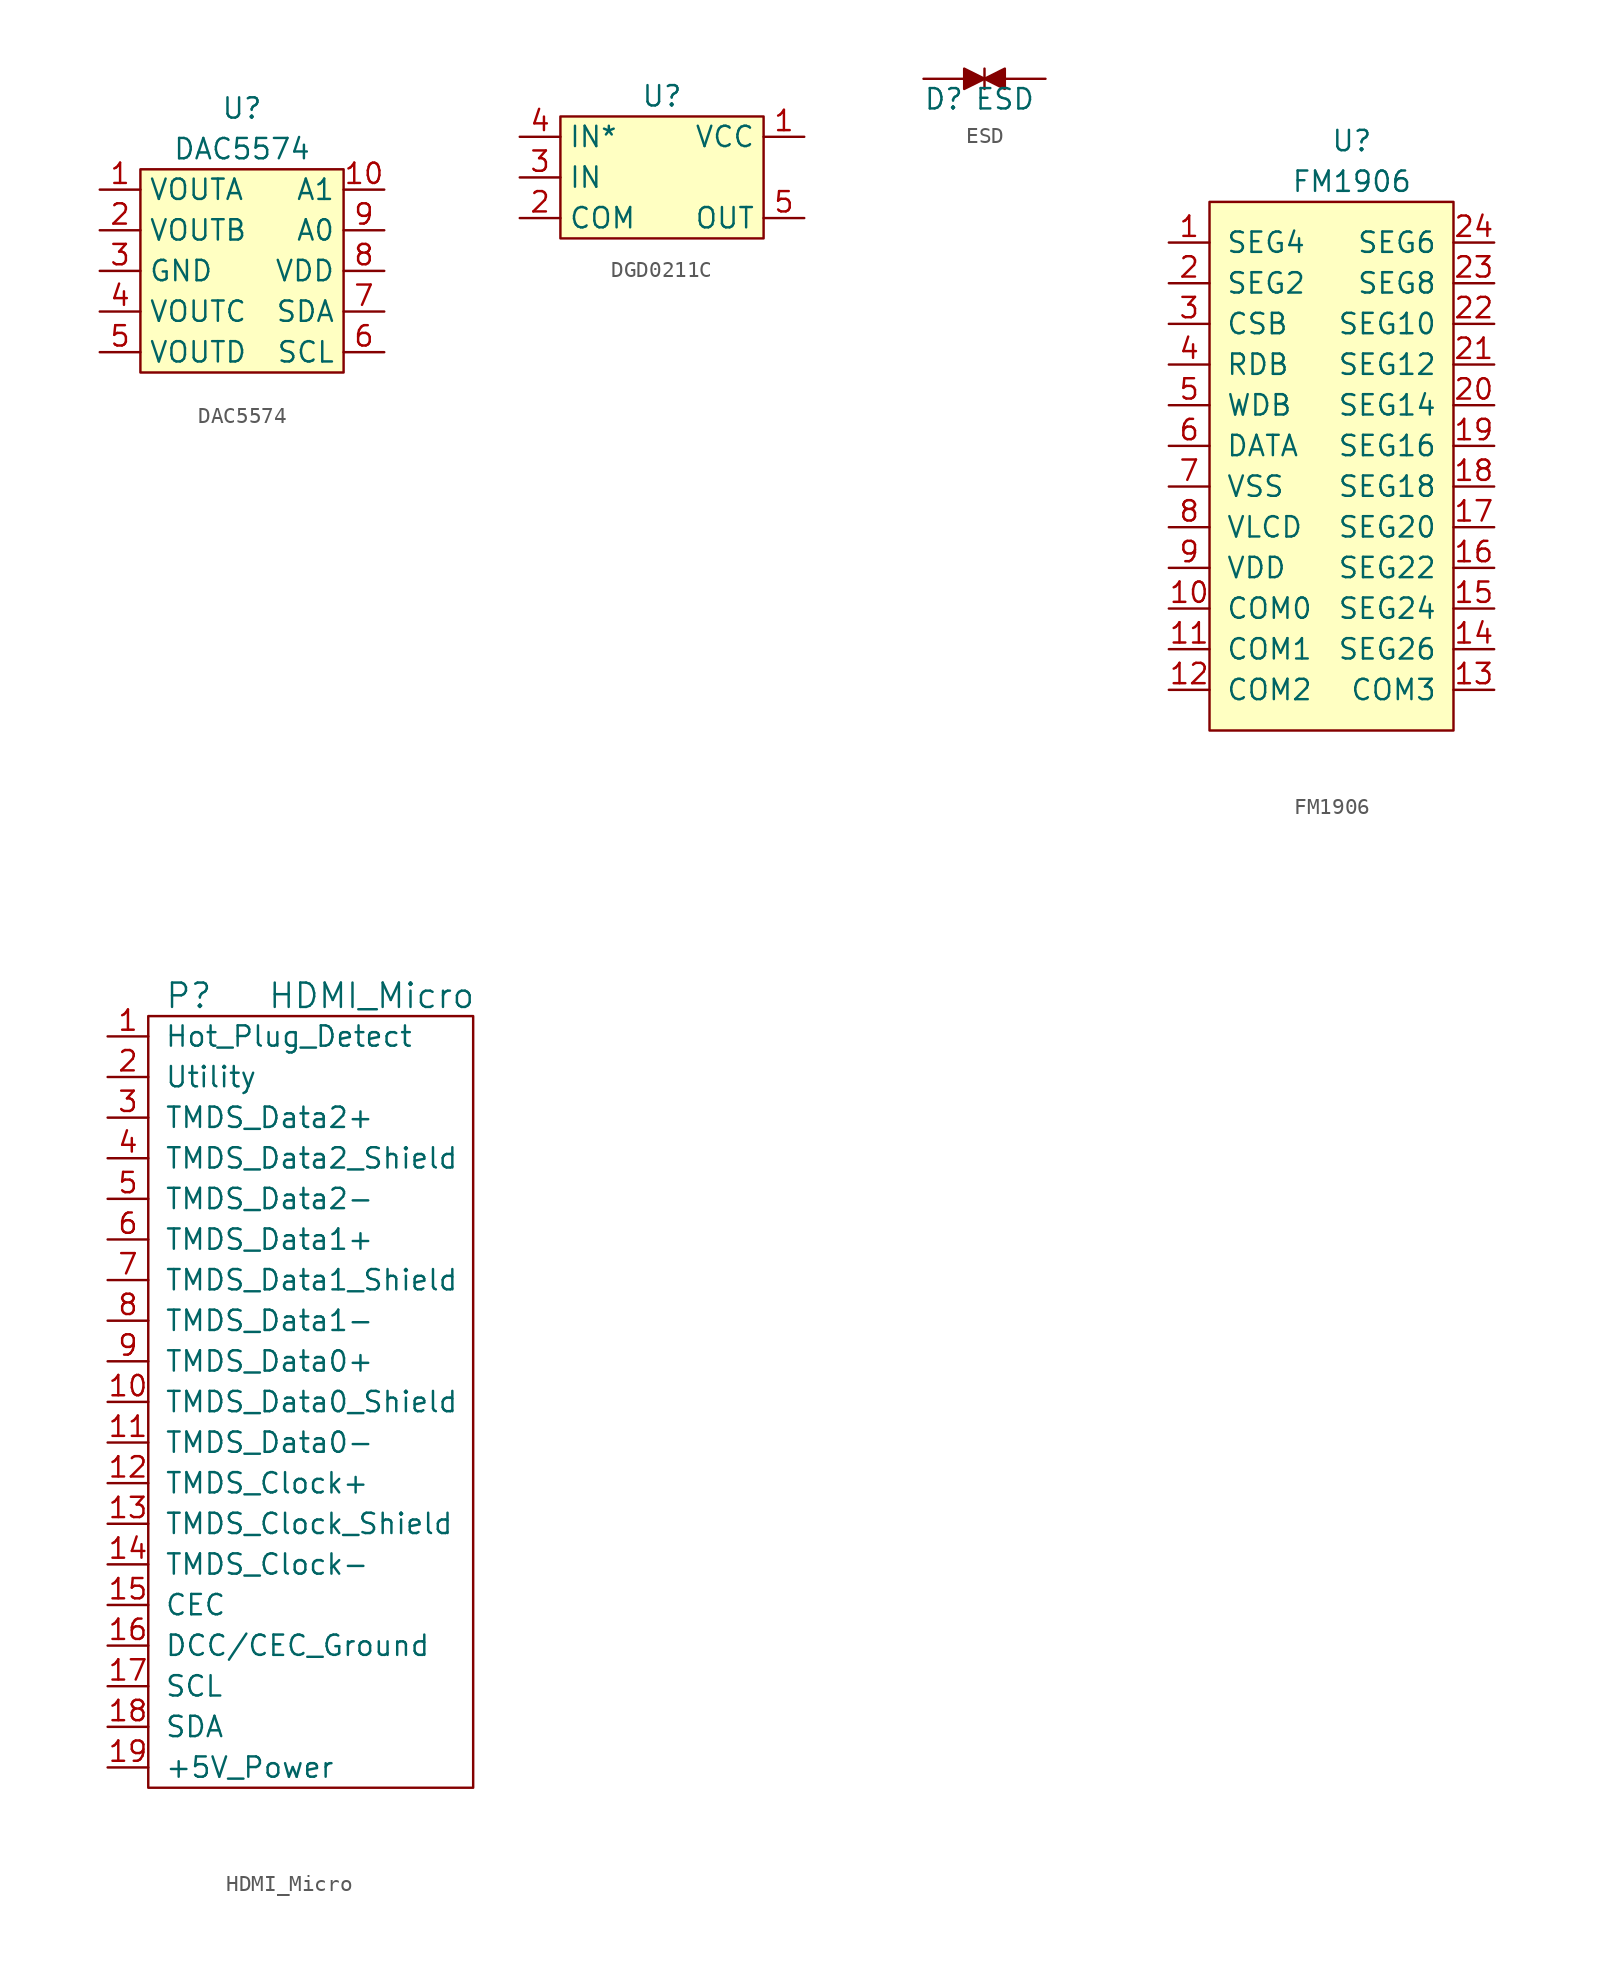
<source format=kicad_sym>
(kicad_symbol_lib
  (version 20220914)
  (generator kicad_symbol_editor)
  (symbol "DAC5574"
    (property "Reference" "U"
      (at 0 10.16 0)
      (effects (font (size 1.27 1.27))))
    (property "Value" "DAC5574"
      (at 0 7.62 0)
      (effects (font (size 1.27 1.27))))
    (symbol "DAC5574_1_1"
      (rectangle (start -6.35 6.35) (end 6.35 -6.35) (stroke (width 0) (type default)) (fill (type background)))
      (pin output line (at -8.89 5.08 0) (length 2.54) (name "VOUTA" (effects (font (size 1.27 1.27)))) (number "1" (effects (font (size 1.27 1.27)))))
      (pin input line (at 8.89 5.08 180) (length 2.54) (name "A1" (effects (font (size 1.27 1.27)))) (number "10" (effects (font (size 1.27 1.27)))))
      (pin output line (at -8.89 2.54 0) (length 2.54) (name "VOUTB" (effects (font (size 1.27 1.27)))) (number "2" (effects (font (size 1.27 1.27)))))
      (pin input line (at -8.89 0 0) (length 2.54) (name "GND" (effects (font (size 1.27 1.27)))) (number "3" (effects (font (size 1.27 1.27)))))
      (pin output line (at -8.89 -2.54 0) (length 2.54) (name "VOUTC" (effects (font (size 1.27 1.27)))) (number "4" (effects (font (size 1.27 1.27)))))
      (pin output line (at -8.89 -5.08 0) (length 2.54) (name "VOUTD" (effects (font (size 1.27 1.27)))) (number "5" (effects (font (size 1.27 1.27)))))
      (pin input line (at 8.89 -5.08 180) (length 2.54) (name "SCL" (effects (font (size 1.27 1.27)))) (number "6" (effects (font (size 1.27 1.27)))))
      (pin input line (at 8.89 -2.54 180) (length 2.54) (name "SDA" (effects (font (size 1.27 1.27)))) (number "7" (effects (font (size 1.27 1.27)))))
      (pin input line (at 8.89 0 180) (length 2.54) (name "VDD" (effects (font (size 1.27 1.27)))) (number "8" (effects (font (size 1.27 1.27)))))
      (pin input line (at 8.89 2.54 180) (length 2.54) (name "A0" (effects (font (size 1.27 1.27)))) (number "9" (effects (font (size 1.27 1.27)))))))
  (symbol "DGD0211C"
    (property "Reference" "U"
      (at 0 5.08 0)
      (effects (font (size 1.27 1.27))))
    (property "Value" ""
      (at 0 0 0)
      (effects (font (size 1.27 1.27))))
    (symbol "DGD0211C_1_1"
      (rectangle (start -6.35 3.81) (end 6.35 -3.81) (stroke (width 0) (type default)) (fill (type background)))
      (pin input line (at 8.89 2.54 180) (length 2.54) (name "VCC" (effects (font (size 1.27 1.27)))) (number "1" (effects (font (size 1.27 1.27)))))
      (pin output line (at -8.89 -2.54 0) (length 2.54) (name "COM" (effects (font (size 1.27 1.27)))) (number "2" (effects (font (size 1.27 1.27)))))
      (pin input line (at -8.89 0 0) (length 2.54) (name "IN" (effects (font (size 1.27 1.27)))) (number "3" (effects (font (size 1.27 1.27)))))
      (pin input line (at -8.89 2.54 0) (length 2.54) (name "IN*" (effects (font (size 1.27 1.27)))) (number "4" (effects (font (size 1.27 1.27)))))
      (pin output line (at 8.89 -2.54 180) (length 2.54) (name "OUT" (effects (font (size 1.27 1.27)))) (number "5" (effects (font (size 1.27 1.27)))))))
  (symbol "ESD"
    (pin_numbers hide)
    (pin_names
      (offset 1.016))
    (property "Reference" "D"
      (at -2.54 -1.27 0)
      (effects (font (size 1.27 1.27))))
    (property "Value" "ESD"
      (at 1.27 -1.27 0)
      (effects (font (size 1.27 1.27))))
    (property "Footprint" ""
      (at 0 0 0)
      (effects (font (size 1.27 1.27))))
    (property "Datasheet" ""
      (at 0 0 0)
      (effects (font (size 1.27 1.27))))
    (symbol "ESD_0_1"
      (polyline (pts (xy 0 0.635) (xy 0 -0.635)) (stroke (width 0) (type default)) (fill (type none)))
      (polyline (pts (xy -1.27 0.635) (xy -1.27 0) (xy -1.27 -0.635) (xy 1.27 0.635) (xy 1.27 -0.635) (xy -1.27 0.635)) (stroke (width 0) (type default)) (fill (type outline))))
    (symbol "ESD_1_1"
      (pin passive line (at -3.81 0 0) (length 2.54) (name "~" (effects (font (size 1.27 1.27)))) (number "1" (effects (font (size 1.27 1.27)))))
      (pin passive line (at 3.81 0 180) (length 2.54) (name "~" (effects (font (size 1.27 1.27)))) (number "2" (effects (font (size 1.27 1.27)))))))
  (symbol "FM1906"
    (pin_names
      (offset 1.016))
    (property "Reference" "U"
      (at 1.27 20.32 0)
      (effects (font (size 1.27 1.27))))
    (property "Value" "FM1906"
      (at 1.27 17.78 0)
      (effects (font (size 1.27 1.27))))
    (symbol "FM1906_0_1"
      (rectangle (start 7.62 -16.51) (end -7.62 16.51) (stroke (width 0) (type default)) (fill (type background))))
    (symbol "FM1906_1_1"
      (pin input line (at -10.16 13.97 0) (length 2.54) (name "SEG4" (effects (font (size 1.27 1.27)))) (number "1" (effects (font (size 1.27 1.27)))))
      (pin input line (at -10.16 -8.89 0) (length 2.54) (name "COM0" (effects (font (size 1.27 1.27)))) (number "10" (effects (font (size 1.27 1.27)))))
      (pin input line (at -10.16 -11.43 0) (length 2.54) (name "COM1" (effects (font (size 1.27 1.27)))) (number "11" (effects (font (size 1.27 1.27)))))
      (pin input line (at -10.16 -13.97 0) (length 2.54) (name "COM2" (effects (font (size 1.27 1.27)))) (number "12" (effects (font (size 1.27 1.27)))))
      (pin input line (at 10.16 -13.97 180) (length 2.54) (name "COM3" (effects (font (size 1.27 1.27)))) (number "13" (effects (font (size 1.27 1.27)))))
      (pin input line (at 10.16 -11.43 180) (length 2.54) (name "SEG26" (effects (font (size 1.27 1.27)))) (number "14" (effects (font (size 1.27 1.27)))))
      (pin input line (at 10.16 -8.89 180) (length 2.54) (name "SEG24" (effects (font (size 1.27 1.27)))) (number "15" (effects (font (size 1.27 1.27)))))
      (pin input line (at 10.16 -6.35 180) (length 2.54) (name "SEG22" (effects (font (size 1.27 1.27)))) (number "16" (effects (font (size 1.27 1.27)))))
      (pin input line (at 10.16 -3.81 180) (length 2.54) (name "SEG20" (effects (font (size 1.27 1.27)))) (number "17" (effects (font (size 1.27 1.27)))))
      (pin input line (at 10.16 -1.27 180) (length 2.54) (name "SEG18" (effects (font (size 1.27 1.27)))) (number "18" (effects (font (size 1.27 1.27)))))
      (pin input line (at 10.16 1.27 180) (length 2.54) (name "SEG16" (effects (font (size 1.27 1.27)))) (number "19" (effects (font (size 1.27 1.27)))))
      (pin input line (at -10.16 11.43 0) (length 2.54) (name "SEG2" (effects (font (size 1.27 1.27)))) (number "2" (effects (font (size 1.27 1.27)))))
      (pin input line (at 10.16 3.81 180) (length 2.54) (name "SEG14" (effects (font (size 1.27 1.27)))) (number "20" (effects (font (size 1.27 1.27)))))
      (pin input line (at 10.16 6.35 180) (length 2.54) (name "SEG12" (effects (font (size 1.27 1.27)))) (number "21" (effects (font (size 1.27 1.27)))))
      (pin input line (at 10.16 8.89 180) (length 2.54) (name "SEG10" (effects (font (size 1.27 1.27)))) (number "22" (effects (font (size 1.27 1.27)))))
      (pin input line (at 10.16 11.43 180) (length 2.54) (name "SEG8" (effects (font (size 1.27 1.27)))) (number "23" (effects (font (size 1.27 1.27)))))
      (pin input line (at 10.16 13.97 180) (length 2.54) (name "SEG6" (effects (font (size 1.27 1.27)))) (number "24" (effects (font (size 1.27 1.27)))))
      (pin input line (at -10.16 8.89 0) (length 2.54) (name "CSB" (effects (font (size 1.27 1.27)))) (number "3" (effects (font (size 1.27 1.27)))))
      (pin input line (at -10.16 6.35 0) (length 2.54) (name "RDB" (effects (font (size 1.27 1.27)))) (number "4" (effects (font (size 1.27 1.27)))))
      (pin input line (at -10.16 3.81 0) (length 2.54) (name "WDB" (effects (font (size 1.27 1.27)))) (number "5" (effects (font (size 1.27 1.27)))))
      (pin input line (at -10.16 1.27 0) (length 2.54) (name "DATA" (effects (font (size 1.27 1.27)))) (number "6" (effects (font (size 1.27 1.27)))))
      (pin input line (at -10.16 -1.27 0) (length 2.54) (name "VSS" (effects (font (size 1.27 1.27)))) (number "7" (effects (font (size 1.27 1.27)))))
      (pin input line (at -10.16 -3.81 0) (length 2.54) (name "VLCD" (effects (font (size 1.27 1.27)))) (number "8" (effects (font (size 1.27 1.27)))))
      (pin input line (at -10.16 -6.35 0) (length 2.54) (name "VDD" (effects (font (size 1.27 1.27)))) (number "9" (effects (font (size 1.27 1.27)))))))
  (symbol "HDMI_Micro"
    (pin_names
      (offset 1.016))
    (property "Reference" "P"
      (at -7.62 25.4 0)
      (effects (font (size 1.524 1.524))))
    (property "Value" "HDMI_Micro"
      (at 3.81 25.4 0)
      (effects (font (size 1.524 1.524))))
    (property "Footprint" ""
      (at -10.16 0 90)
      (effects (font (size 1.524 1.524))))
    (property "Datasheet" ""
      (at -10.16 0 90)
      (effects (font (size 1.524 1.524))))
    (symbol "HDMI_Micro_0_1"
      (rectangle (start 10.16 24.13) (end -10.16 -24.13) (stroke (width 0) (type default)) (fill (type none))))
    (symbol "HDMI_Micro_1_1"
      (pin input line (at -12.7 22.86 0) (length 2.54) (name "Hot_Plug_Detect" (effects (font (size 1.27 1.27)))) (number "1" (effects (font (size 1.27 1.27)))))
      (pin input line (at -12.7 0 0) (length 2.54) (name "TMDS_Data0_Shield" (effects (font (size 1.27 1.27)))) (number "10" (effects (font (size 1.27 1.27)))))
      (pin input line (at -12.7 -2.54 0) (length 2.54) (name "TMDS_Data0-" (effects (font (size 1.27 1.27)))) (number "11" (effects (font (size 1.27 1.27)))))
      (pin input line (at -12.7 -5.08 0) (length 2.54) (name "TMDS_Clock+" (effects (font (size 1.27 1.27)))) (number "12" (effects (font (size 1.27 1.27)))))
      (pin input line (at -12.7 -7.62 0) (length 2.54) (name "TMDS_Clock_Shield" (effects (font (size 1.27 1.27)))) (number "13" (effects (font (size 1.27 1.27)))))
      (pin input line (at -12.7 -10.16 0) (length 2.54) (name "TMDS_Clock-" (effects (font (size 1.27 1.27)))) (number "14" (effects (font (size 1.27 1.27)))))
      (pin input line (at -12.7 -12.7 0) (length 2.54) (name "CEC" (effects (font (size 1.27 1.27)))) (number "15" (effects (font (size 1.27 1.27)))))
      (pin input line (at -12.7 -15.24 0) (length 2.54) (name "DCC/CEC_Ground" (effects (font (size 1.27 1.27)))) (number "16" (effects (font (size 1.27 1.27)))))
      (pin input line (at -12.7 -17.78 0) (length 2.54) (name "SCL" (effects (font (size 1.27 1.27)))) (number "17" (effects (font (size 1.27 1.27)))))
      (pin input line (at -12.7 -20.32 0) (length 2.54) (name "SDA" (effects (font (size 1.27 1.27)))) (number "18" (effects (font (size 1.27 1.27)))))
      (pin input line (at -12.7 -22.86 0) (length 2.54) (name "+5V_Power" (effects (font (size 1.27 1.27)))) (number "19" (effects (font (size 1.27 1.27)))))
      (pin input line (at -12.7 20.32 0) (length 2.54) (name "Utility" (effects (font (size 1.27 1.27)))) (number "2" (effects (font (size 1.27 1.27)))))
      (pin input line (at -12.7 17.78 0) (length 2.54) (name "TMDS_Data2+" (effects (font (size 1.27 1.27)))) (number "3" (effects (font (size 1.27 1.27)))))
      (pin input line (at -12.7 15.24 0) (length 2.54) (name "TMDS_Data2_Shield" (effects (font (size 1.27 1.27)))) (number "4" (effects (font (size 1.27 1.27)))))
      (pin input line (at -12.7 12.7 0) (length 2.54) (name "TMDS_Data2-" (effects (font (size 1.27 1.27)))) (number "5" (effects (font (size 1.27 1.27)))))
      (pin input line (at -12.7 10.16 0) (length 2.54) (name "TMDS_Data1+" (effects (font (size 1.27 1.27)))) (number "6" (effects (font (size 1.27 1.27)))))
      (pin input line (at -12.7 7.62 0) (length 2.54) (name "TMDS_Data1_Shield" (effects (font (size 1.27 1.27)))) (number "7" (effects (font (size 1.27 1.27)))))
      (pin input line (at -12.7 5.08 0) (length 2.54) (name "TMDS_Data1-" (effects (font (size 1.27 1.27)))) (number "8" (effects (font (size 1.27 1.27)))))
      (pin input line (at -12.7 2.54 0) (length 2.54) (name "TMDS_Data0+" (effects (font (size 1.27 1.27)))) (number "9" (effects (font (size 1.27 1.27))))))))
</source>
